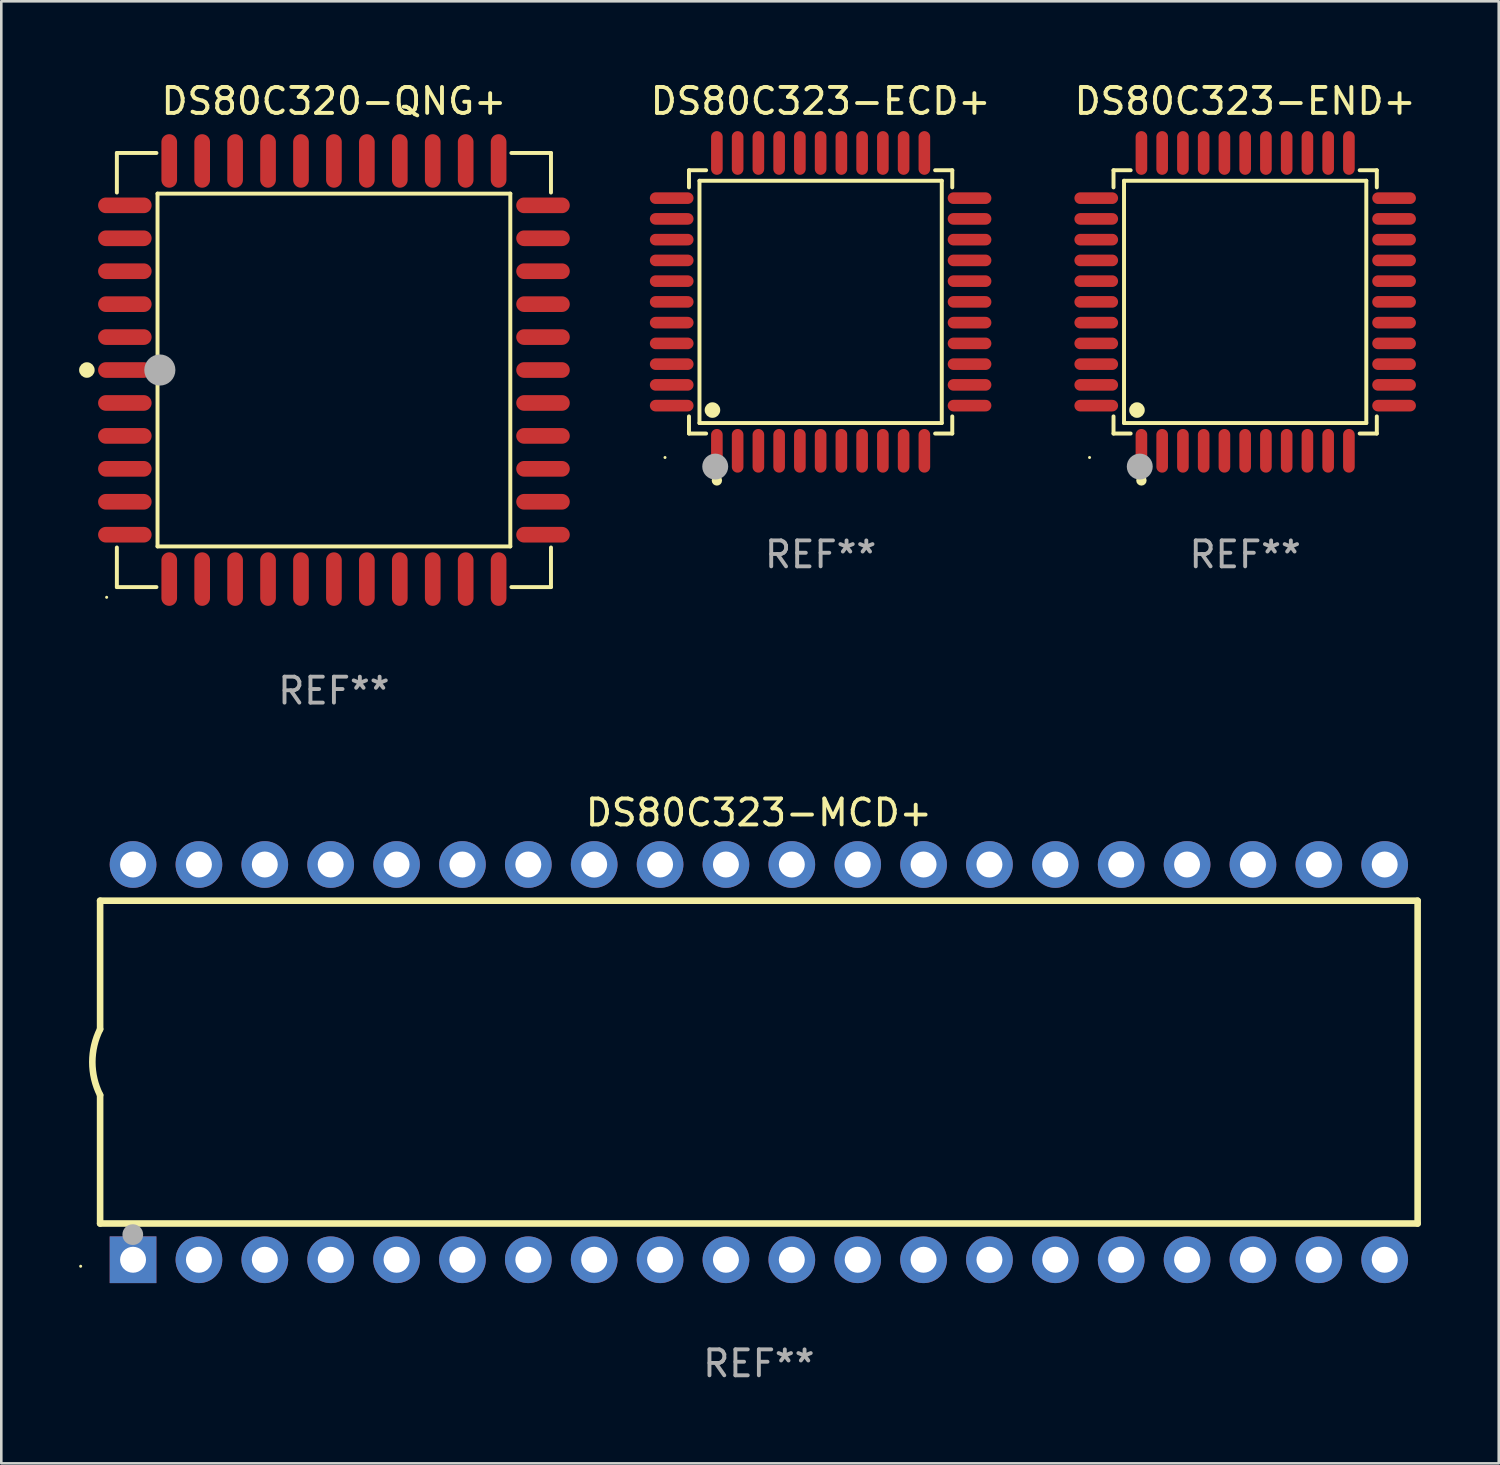
<source format=kicad_pcb>
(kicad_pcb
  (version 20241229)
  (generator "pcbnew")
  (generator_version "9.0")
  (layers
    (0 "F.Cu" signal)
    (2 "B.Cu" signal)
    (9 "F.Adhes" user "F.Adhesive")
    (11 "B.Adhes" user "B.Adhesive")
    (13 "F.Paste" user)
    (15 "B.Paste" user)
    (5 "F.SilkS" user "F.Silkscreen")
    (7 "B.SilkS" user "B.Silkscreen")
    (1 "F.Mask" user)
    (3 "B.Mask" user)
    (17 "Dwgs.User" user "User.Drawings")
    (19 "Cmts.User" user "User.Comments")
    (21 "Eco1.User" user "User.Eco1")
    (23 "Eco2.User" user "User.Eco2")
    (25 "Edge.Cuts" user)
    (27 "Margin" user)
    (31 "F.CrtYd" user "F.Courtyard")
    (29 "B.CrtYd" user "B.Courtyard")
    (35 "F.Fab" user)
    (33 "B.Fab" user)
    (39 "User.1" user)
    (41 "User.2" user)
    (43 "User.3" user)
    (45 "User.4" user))
  (footprint "DS80C323-ECD+"
    (layer "F.Cu")
    (at 28.591 8.59)
    (property "Reference" "DS80C323-ECD+" (at 0 -7.742 0) (layer "F.SilkS") (effects (font (size 1 1) (thickness 0.15))))
    (attr through_hole)
    (fp_line (start -5.076 -5.076) (end -4.415 -5.076) (stroke (width 0.152) (type solid)) (layer "F.SilkS"))
    (fp_line (start -5.076 -4.415) (end -5.076 -5.076) (stroke (width 0.152) (type solid)) (layer "F.SilkS"))
    (fp_line (start -5.076 4.415) (end -5.076 5.076) (stroke (width 0.152) (type solid)) (layer "F.SilkS"))
    (fp_line (start -5.076 5.076) (end -4.415 5.076) (stroke (width 0.152) (type solid)) (layer "F.SilkS"))
    (fp_line (start -4.671 -4.671) (end 4.671 -4.671) (stroke (width 0.152) (type solid)) (layer "F.SilkS"))
    (fp_line (start -4.671 4.671) (end -4.671 -4.671) (stroke (width 0.152) (type solid)) (layer "F.SilkS"))
    (fp_line (start 4.671 -4.671) (end 4.671 4.671) (stroke (width 0.152) (type solid)) (layer "F.SilkS"))
    (fp_line (start 4.671 4.671) (end -4.671 4.671) (stroke (width 0.152) (type solid)) (layer "F.SilkS"))
    (fp_line (start 5.076 -5.076) (end 4.415 -5.076) (stroke (width 0.152) (type solid)) (layer "F.SilkS"))
    (fp_line (start 5.076 -4.415) (end 5.076 -5.076) (stroke (width 0.152) (type solid)) (layer "F.SilkS"))
    (fp_line (start 5.076 4.415) (end 5.076 5.076) (stroke (width 0.152) (type solid)) (layer "F.SilkS"))
    (fp_line (start 5.076 5.076) (end 4.415 5.076) (stroke (width 0.152) (type solid)) (layer "F.SilkS"))
    (fp_circle (center -6 6) (end -5.97 6) (stroke (width 0.06) (type solid)) (fill no) (layer "F.SilkS"))
    (fp_circle (center -4.171 4.171) (end -4.021 4.171) (stroke (width 0.3) (type solid)) (fill no) (layer "F.SilkS"))
    (fp_circle (center -4 6.884) (end -3.9 6.884) (stroke (width 0.2) (type solid)) (fill no) (layer "F.SilkS"))
    (fp_circle (center -4.064 6.35) (end -3.814 6.35) (stroke (width 0.5) (type solid)) (fill no) (layer "F.Fab"))
    (fp_text user "REF**" (at 0 9.742 0) (layer "F.Fab") (effects (font (size 1 1) (thickness 0.15))))
    (pad "1" smd oval (at -4 5.742) (size 0.448 1.684) (layers "F.Cu" "F.Mask" "F.Paste"))
    (pad "2" smd oval (at -3.2 5.742) (size 0.448 1.684) (layers "F.Cu" "F.Mask" "F.Paste"))
    (pad "3" smd oval (at -2.4 5.742) (size 0.448 1.684) (layers "F.Cu" "F.Mask" "F.Paste"))
    (pad "4" smd oval (at -1.6 5.742) (size 0.448 1.684) (layers "F.Cu" "F.Mask" "F.Paste"))
    (pad "5" smd oval (at -0.8 5.742) (size 0.448 1.684) (layers "F.Cu" "F.Mask" "F.Paste"))
    (pad "6" smd oval (at 0 5.742) (size 0.448 1.684) (layers "F.Cu" "F.Mask" "F.Paste"))
    (pad "7" smd oval (at 0.8 5.742) (size 0.448 1.684) (layers "F.Cu" "F.Mask" "F.Paste"))
    (pad "8" smd oval (at 1.6 5.742) (size 0.448 1.684) (layers "F.Cu" "F.Mask" "F.Paste"))
    (pad "9" smd oval (at 2.4 5.742) (size 0.448 1.684) (layers "F.Cu" "F.Mask" "F.Paste"))
    (pad "10" smd oval (at 3.2 5.742) (size 0.448 1.684) (layers "F.Cu" "F.Mask" "F.Paste"))
    (pad "11" smd oval (at 4 5.742) (size 0.448 1.684) (layers "F.Cu" "F.Mask" "F.Paste"))
    (pad "12" smd oval (at 5.742 4) (size 1.684 0.448) (layers "F.Cu" "F.Mask" "F.Paste"))
    (pad "13" smd oval (at 5.742 3.2) (size 1.684 0.448) (layers "F.Cu" "F.Mask" "F.Paste"))
    (pad "14" smd oval (at 5.742 2.4) (size 1.684 0.448) (layers "F.Cu" "F.Mask" "F.Paste"))
    (pad "15" smd oval (at 5.742 1.6) (size 1.684 0.448) (layers "F.Cu" "F.Mask" "F.Paste"))
    (pad "16" smd oval (at 5.742 0.8) (size 1.684 0.448) (layers "F.Cu" "F.Mask" "F.Paste"))
    (pad "17" smd oval (at 5.742 0) (size 1.684 0.448) (layers "F.Cu" "F.Mask" "F.Paste"))
    (pad "18" smd oval (at 5.742 -0.8) (size 1.684 0.448) (layers "F.Cu" "F.Mask" "F.Paste"))
    (pad "19" smd oval (at 5.742 -1.6) (size 1.684 0.448) (layers "F.Cu" "F.Mask" "F.Paste"))
    (pad "20" smd oval (at 5.742 -2.4) (size 1.684 0.448) (layers "F.Cu" "F.Mask" "F.Paste"))
    (pad "21" smd oval (at 5.742 -3.2) (size 1.684 0.448) (layers "F.Cu" "F.Mask" "F.Paste"))
    (pad "22" smd oval (at 5.742 -4) (size 1.684 0.448) (layers "F.Cu" "F.Mask" "F.Paste"))
    (pad "23" smd oval (at 4 -5.742) (size 0.448 1.684) (layers "F.Cu" "F.Mask" "F.Paste"))
    (pad "24" smd oval (at 3.2 -5.742) (size 0.448 1.684) (layers "F.Cu" "F.Mask" "F.Paste"))
    (pad "25" smd oval (at 2.4 -5.742) (size 0.448 1.684) (layers "F.Cu" "F.Mask" "F.Paste"))
    (pad "26" smd oval (at 1.6 -5.742) (size 0.448 1.684) (layers "F.Cu" "F.Mask" "F.Paste"))
    (pad "27" smd oval (at 0.8 -5.742) (size 0.448 1.684) (layers "F.Cu" "F.Mask" "F.Paste"))
    (pad "28" smd oval (at 0 -5.742) (size 0.448 1.684) (layers "F.Cu" "F.Mask" "F.Paste"))
    (pad "29" smd oval (at -0.8 -5.742) (size 0.448 1.684) (layers "F.Cu" "F.Mask" "F.Paste"))
    (pad "30" smd oval (at -1.6 -5.742) (size 0.448 1.684) (layers "F.Cu" "F.Mask" "F.Paste"))
    (pad "31" smd oval (at -2.4 -5.742) (size 0.448 1.684) (layers "F.Cu" "F.Mask" "F.Paste"))
    (pad "32" smd oval (at -3.2 -5.742) (size 0.448 1.684) (layers "F.Cu" "F.Mask" "F.Paste"))
    (pad "33" smd oval (at -4 -5.742) (size 0.448 1.684) (layers "F.Cu" "F.Mask" "F.Paste"))
    (pad "34" smd oval (at -5.742 -4) (size 1.684 0.448) (layers "F.Cu" "F.Mask" "F.Paste"))
    (pad "35" smd oval (at -5.742 -3.2) (size 1.684 0.448) (layers "F.Cu" "F.Mask" "F.Paste"))
    (pad "36" smd oval (at -5.742 -2.4) (size 1.684 0.448) (layers "F.Cu" "F.Mask" "F.Paste"))
    (pad "37" smd oval (at -5.742 -1.6) (size 1.684 0.448) (layers "F.Cu" "F.Mask" "F.Paste"))
    (pad "38" smd oval (at -5.742 -0.8) (size 1.684 0.448) (layers "F.Cu" "F.Mask" "F.Paste"))
    (pad "39" smd oval (at -5.742 0) (size 1.684 0.448) (layers "F.Cu" "F.Mask" "F.Paste"))
    (pad "40" smd oval (at -5.742 0.8) (size 1.684 0.448) (layers "F.Cu" "F.Mask" "F.Paste"))
    (pad "41" smd oval (at -5.742 1.6) (size 1.684 0.448) (layers "F.Cu" "F.Mask" "F.Paste"))
    (pad "42" smd oval (at -5.742 2.4) (size 1.684 0.448) (layers "F.Cu" "F.Mask" "F.Paste"))
    (pad "43" smd oval (at -5.742 3.2) (size 1.684 0.448) (layers "F.Cu" "F.Mask" "F.Paste"))
    (pad "44" smd oval (at -5.742 4) (size 1.684 0.448) (layers "F.Cu" "F.Mask" "F.Paste")))
  (footprint "DS80C320-QNG+"
    (layer "F.Cu")
    (at 9.825 11.217)
    (property "Reference" "DS80C320-QNG+" (at 0 -10.369 0) (layer "F.SilkS") (effects (font (size 1 1) (thickness 0.15))))
    (attr through_hole)
    (fp_line (start -8.369 -8.369) (end -6.843 -8.369) (stroke (width 0.152) (type solid)) (layer "F.SilkS"))
    (fp_line (start -8.369 -6.843) (end -8.369 -8.369) (stroke (width 0.152) (type solid)) (layer "F.SilkS"))
    (fp_line (start -8.369 6.843) (end -8.369 8.369) (stroke (width 0.152) (type solid)) (layer "F.SilkS"))
    (fp_line (start -8.369 8.369) (end -6.843 8.369) (stroke (width 0.152) (type solid)) (layer "F.SilkS"))
    (fp_line (start -6.801 -6.801) (end 6.801 -6.801) (stroke (width 0.152) (type solid)) (layer "F.SilkS"))
    (fp_line (start -6.801 6.801) (end -6.801 -6.801) (stroke (width 0.152) (type solid)) (layer "F.SilkS"))
    (fp_line (start 6.801 -6.801) (end 6.801 6.801) (stroke (width 0.152) (type solid)) (layer "F.SilkS"))
    (fp_line (start 6.801 6.801) (end -6.801 6.801) (stroke (width 0.152) (type solid)) (layer "F.SilkS"))
    (fp_line (start 8.369 -8.369) (end 6.843 -8.369) (stroke (width 0.152) (type solid)) (layer "F.SilkS"))
    (fp_line (start 8.369 -6.843) (end 8.369 -8.369) (stroke (width 0.152) (type solid)) (layer "F.SilkS"))
    (fp_line (start 8.369 6.843) (end 8.369 8.369) (stroke (width 0.152) (type solid)) (layer "F.SilkS"))
    (fp_line (start 8.369 8.369) (end 6.843 8.369) (stroke (width 0.152) (type solid)) (layer "F.SilkS"))
    (fp_circle (center -9.525 -0.000127) (end -9.375 -0.000127) (stroke (width 0.3) (type solid)) (fill no) (layer "F.SilkS"))
    (fp_circle (center -8.763 8.763) (end -8.733 8.763) (stroke (width 0.06) (type solid)) (fill no) (layer "F.SilkS"))
    (fp_circle (center -6.712 -0.000127) (end -6.412 -0.000127) (stroke (width 0.6) (type solid)) (fill no) (layer "F.Fab"))
    (fp_text user "REF**" (at 0 12.369 0) (layer "F.Fab") (effects (font (size 1 1) (thickness 0.15))))
    (pad "1" smd oval (at -8.061 -0.000127 90) (size 0.604 2.064) (layers "F.Cu" "F.Mask" "F.Paste"))
    (pad "2" smd oval (at -8.061 1.27 90) (size 0.604 2.064) (layers "F.Cu" "F.Mask" "F.Paste"))
    (pad "3" smd oval (at -8.061 2.54 90) (size 0.604 2.064) (layers "F.Cu" "F.Mask" "F.Paste"))
    (pad "4" smd oval (at -8.061 3.81 90) (size 0.604 2.064) (layers "F.Cu" "F.Mask" "F.Paste"))
    (pad "5" smd oval (at -8.061 5.08 90) (size 0.604 2.064) (layers "F.Cu" "F.Mask" "F.Paste"))
    (pad "6" smd oval (at -8.061 6.35 90) (size 0.604 2.064) (layers "F.Cu" "F.Mask" "F.Paste"))
    (pad "7" smd oval (at -6.35 8.061 90) (size 2.064 0.604) (layers "F.Cu" "F.Mask" "F.Paste"))
    (pad "8" smd oval (at -5.08 8.061 90) (size 2.064 0.604) (layers "F.Cu" "F.Mask" "F.Paste"))
    (pad "9" smd oval (at -3.81 8.061 90) (size 2.064 0.604) (layers "F.Cu" "F.Mask" "F.Paste"))
    (pad "10" smd oval (at -2.54 8.061 90) (size 2.064 0.604) (layers "F.Cu" "F.Mask" "F.Paste"))
    (pad "11" smd oval (at -1.27 8.061 90) (size 2.064 0.604) (layers "F.Cu" "F.Mask" "F.Paste"))
    (pad "12" smd oval (at 0.000076 8.061 90) (size 2.064 0.604) (layers "F.Cu" "F.Mask" "F.Paste"))
    (pad "13" smd oval (at 1.27 8.061 90) (size 2.064 0.604) (layers "F.Cu" "F.Mask" "F.Paste"))
    (pad "14" smd oval (at 2.54 8.061 90) (size 2.064 0.604) (layers "F.Cu" "F.Mask" "F.Paste"))
    (pad "15" smd oval (at 3.81 8.061 90) (size 2.064 0.604) (layers "F.Cu" "F.Mask" "F.Paste"))
    (pad "16" smd oval (at 5.08 8.061 90) (size 2.064 0.604) (layers "F.Cu" "F.Mask" "F.Paste"))
    (pad "17" smd oval (at 6.35 8.061 90) (size 2.064 0.604) (layers "F.Cu" "F.Mask" "F.Paste"))
    (pad "18" smd oval (at 8.062 6.35 90) (size 0.604 2.064) (layers "F.Cu" "F.Mask" "F.Paste"))
    (pad "19" smd oval (at 8.062 5.08 90) (size 0.604 2.064) (layers "F.Cu" "F.Mask" "F.Paste"))
    (pad "20" smd oval (at 8.062 3.81 90) (size 0.604 2.064) (layers "F.Cu" "F.Mask" "F.Paste"))
    (pad "21" smd oval (at 8.062 2.54 90) (size 0.604 2.064) (layers "F.Cu" "F.Mask" "F.Paste"))
    (pad "22" smd oval (at 8.062 1.27 90) (size 0.604 2.064) (layers "F.Cu" "F.Mask" "F.Paste"))
    (pad "23" smd oval (at 8.062 -0.000127 90) (size 0.604 2.064) (layers "F.Cu" "F.Mask" "F.Paste"))
    (pad "24" smd oval (at 8.062 -1.27 90) (size 0.604 2.064) (layers "F.Cu" "F.Mask" "F.Paste"))
    (pad "25" smd oval (at 8.062 -2.54 90) (size 0.604 2.064) (layers "F.Cu" "F.Mask" "F.Paste"))
    (pad "26" smd oval (at 8.062 -3.81 90) (size 0.604 2.064) (layers "F.Cu" "F.Mask" "F.Paste"))
    (pad "27" smd oval (at 8.062 -5.08 90) (size 0.604 2.064) (layers "F.Cu" "F.Mask" "F.Paste"))
    (pad "28" smd oval (at 8.062 -6.35 90) (size 0.604 2.064) (layers "F.Cu" "F.Mask" "F.Paste"))
    (pad "29" smd oval (at 6.35 -8.061 90) (size 2.064 0.604) (layers "F.Cu" "F.Mask" "F.Paste"))
    (pad "30" smd oval (at 5.08 -8.061 90) (size 2.064 0.604) (layers "F.Cu" "F.Mask" "F.Paste"))
    (pad "31" smd oval (at 3.81 -8.061 90) (size 2.064 0.604) (layers "F.Cu" "F.Mask" "F.Paste"))
    (pad "32" smd oval (at 2.54 -8.061 90) (size 2.064 0.604) (layers "F.Cu" "F.Mask" "F.Paste"))
    (pad "33" smd oval (at 1.27 -8.061 90) (size 2.064 0.604) (layers "F.Cu" "F.Mask" "F.Paste"))
    (pad "34" smd oval (at 0.000076 -8.061 90) (size 2.064 0.604) (layers "F.Cu" "F.Mask" "F.Paste"))
    (pad "35" smd oval (at -1.27 -8.061 90) (size 2.064 0.604) (layers "F.Cu" "F.Mask" "F.Paste"))
    (pad "36" smd oval (at -2.54 -8.061 90) (size 2.064 0.604) (layers "F.Cu" "F.Mask" "F.Paste"))
    (pad "37" smd oval (at -3.81 -8.061 90) (size 2.064 0.604) (layers "F.Cu" "F.Mask" "F.Paste"))
    (pad "38" smd oval (at -5.08 -8.061 90) (size 2.064 0.604) (layers "F.Cu" "F.Mask" "F.Paste"))
    (pad "39" smd oval (at -6.35 -8.061 90) (size 2.064 0.604) (layers "F.Cu" "F.Mask" "F.Paste"))
    (pad "40" smd oval (at -8.061 -6.35 90) (size 0.604 2.064) (layers "F.Cu" "F.Mask" "F.Paste"))
    (pad "41" smd oval (at -8.061 -5.08 90) (size 0.604 2.064) (layers "F.Cu" "F.Mask" "F.Paste"))
    (pad "42" smd oval (at -8.061 -3.81 90) (size 0.604 2.064) (layers "F.Cu" "F.Mask" "F.Paste"))
    (pad "43" smd oval (at -8.061 -2.54 90) (size 0.604 2.064) (layers "F.Cu" "F.Mask" "F.Paste"))
    (pad "44" smd oval (at -8.061 -1.27 90) (size 0.604 2.064) (layers "F.Cu" "F.Mask" "F.Paste")))
  (footprint "DS80C323-MCD+"
    (layer "F.Cu")
    (at 26.21 37.903)
    (property "Reference" "DS80C323-MCD+" (at 0 -9.62 0) (layer "F.SilkS") (effects (font (size 1 1) (thickness 0.15))))
    (attr through_hole)
    (fp_line (start -25.4 -6.224) (end -25.4 -1.271) (stroke (width 0.254) (type solid)) (layer "F.SilkS"))
    (fp_line (start -25.4 -6.224) (end 25.4 -6.224) (stroke (width 0.254) (type solid)) (layer "F.SilkS"))
    (fp_line (start -25.4 1.269) (end -25.4 6.222) (stroke (width 0.254) (type solid)) (layer "F.SilkS"))
    (fp_line (start -25.4 6.222) (end 25.4 6.222) (stroke (width 0.254) (type solid)) (layer "F.SilkS"))
    (fp_line (start 25.4 6.222) (end 25.4 -6.224) (stroke (width 0.254) (type solid)) (layer "F.SilkS"))
    (fp_arc (start -25.4 1.269241) (mid -25.699807 -0.000762) (end -25.4 -1.270765) (stroke (width 0.254001) (type solid)) (layer "F.SilkS"))
    (fp_circle (center -26.15 7.87) (end -26.12 7.87) (stroke (width 0.06) (type solid)) (fill no) (layer "F.SilkS"))
    (fp_circle (center -24.14 6.65) (end -23.94 6.65) (stroke (width 0.4) (type solid)) (fill no) (layer "F.Fab"))
    (fp_text user "REF**" (at 0 11.62 0) (layer "F.Fab") (effects (font (size 1 1) (thickness 0.15))))
    (pad "1" thru_hole rect (at -24.13 7.62 90) (size 1.8 1.8) (drill 1) (layers "*.Cu" "*.Mask"))
    (pad "2" thru_hole circle (at -21.59 7.62) (size 1.8 1.8) (drill 1) (layers "*.Cu" "*.Mask"))
    (pad "3" thru_hole circle (at -19.05 7.62) (size 1.8 1.8) (drill 1) (layers "*.Cu" "*.Mask"))
    (pad "4" thru_hole circle (at -16.51 7.62) (size 1.8 1.8) (drill 1) (layers "*.Cu" "*.Mask"))
    (pad "5" thru_hole circle (at -13.97 7.62) (size 1.8 1.8) (drill 1) (layers "*.Cu" "*.Mask"))
    (pad "6" thru_hole circle (at -11.43 7.62) (size 1.8 1.8) (drill 1) (layers "*.Cu" "*.Mask"))
    (pad "7" thru_hole circle (at -8.89 7.62) (size 1.8 1.8) (drill 1) (layers "*.Cu" "*.Mask"))
    (pad "8" thru_hole circle (at -6.35 7.62) (size 1.8 1.8) (drill 1) (layers "*.Cu" "*.Mask"))
    (pad "9" thru_hole circle (at -3.81 7.62) (size 1.8 1.8) (drill 1) (layers "*.Cu" "*.Mask"))
    (pad "10" thru_hole circle (at -1.27 7.62) (size 1.8 1.8) (drill 1) (layers "*.Cu" "*.Mask"))
    (pad "11" thru_hole circle (at 1.27 7.62) (size 1.8 1.8) (drill 1) (layers "*.Cu" "*.Mask"))
    (pad "12" thru_hole circle (at 3.81 7.62) (size 1.8 1.8) (drill 1) (layers "*.Cu" "*.Mask"))
    (pad "13" thru_hole circle (at 6.35 7.62) (size 1.8 1.8) (drill 1) (layers "*.Cu" "*.Mask"))
    (pad "14" thru_hole circle (at 8.89 7.62) (size 1.8 1.8) (drill 1) (layers "*.Cu" "*.Mask"))
    (pad "15" thru_hole circle (at 11.43 7.62) (size 1.8 1.8) (drill 1) (layers "*.Cu" "*.Mask"))
    (pad "16" thru_hole circle (at 13.97 7.62) (size 1.8 1.8) (drill 1) (layers "*.Cu" "*.Mask"))
    (pad "17" thru_hole circle (at 16.51 7.62) (size 1.8 1.8) (drill 1) (layers "*.Cu" "*.Mask"))
    (pad "18" thru_hole circle (at 19.05 7.62) (size 1.8 1.8) (drill 1) (layers "*.Cu" "*.Mask"))
    (pad "19" thru_hole circle (at 21.59 7.62) (size 1.8 1.8) (drill 1) (layers "*.Cu" "*.Mask"))
    (pad "20" thru_hole circle (at 24.13 7.62) (size 1.8 1.8) (drill 1) (layers "*.Cu" "*.Mask"))
    (pad "21" thru_hole circle (at 24.13 -7.62) (size 1.8 1.8) (drill 1) (layers "*.Cu" "*.Mask"))
    (pad "22" thru_hole circle (at 21.59 -7.62) (size 1.8 1.8) (drill 1) (layers "*.Cu" "*.Mask"))
    (pad "23" thru_hole circle (at 19.05 -7.62) (size 1.8 1.8) (drill 1) (layers "*.Cu" "*.Mask"))
    (pad "24" thru_hole circle (at 16.51 -7.62) (size 1.8 1.8) (drill 1) (layers "*.Cu" "*.Mask"))
    (pad "25" thru_hole circle (at 13.97 -7.62) (size 1.8 1.8) (drill 1) (layers "*.Cu" "*.Mask"))
    (pad "26" thru_hole circle (at 11.43 -7.62) (size 1.8 1.8) (drill 1) (layers "*.Cu" "*.Mask"))
    (pad "27" thru_hole circle (at 8.89 -7.62) (size 1.8 1.8) (drill 1) (layers "*.Cu" "*.Mask"))
    (pad "28" thru_hole circle (at 6.35 -7.62) (size 1.8 1.8) (drill 1) (layers "*.Cu" "*.Mask"))
    (pad "29" thru_hole circle (at 3.81 -7.62) (size 1.8 1.8) (drill 1) (layers "*.Cu" "*.Mask"))
    (pad "30" thru_hole circle (at 1.27 -7.62) (size 1.8 1.8) (drill 1) (layers "*.Cu" "*.Mask"))
    (pad "31" thru_hole circle (at -1.27 -7.62) (size 1.8 1.8) (drill 1) (layers "*.Cu" "*.Mask"))
    (pad "32" thru_hole circle (at -3.81 -7.62) (size 1.8 1.8) (drill 1) (layers "*.Cu" "*.Mask"))
    (pad "33" thru_hole circle (at -6.35 -7.62) (size 1.8 1.8) (drill 1) (layers "*.Cu" "*.Mask"))
    (pad "34" thru_hole circle (at -8.89 -7.62) (size 1.8 1.8) (drill 1) (layers "*.Cu" "*.Mask"))
    (pad "35" thru_hole circle (at -11.43 -7.62) (size 1.8 1.8) (drill 1) (layers "*.Cu" "*.Mask"))
    (pad "36" thru_hole circle (at -13.97 -7.62) (size 1.8 1.8) (drill 1) (layers "*.Cu" "*.Mask"))
    (pad "37" thru_hole circle (at -16.51 -7.62) (size 1.8 1.8) (drill 1) (layers "*.Cu" "*.Mask"))
    (pad "38" thru_hole circle (at -19.05 -7.62) (size 1.8 1.8) (drill 1) (layers "*.Cu" "*.Mask"))
    (pad "39" thru_hole circle (at -21.59 -7.62) (size 1.8 1.8) (drill 1) (layers "*.Cu" "*.Mask"))
    (pad "40" thru_hole circle (at -24.13 -7.62) (size 1.8 1.8) (drill 1) (layers "*.Cu" "*.Mask")))
  (footprint "DS80C323-END+"
    (layer "F.Cu")
    (at 44.96 8.59)
    (property "Reference" "DS80C323-END+" (at 0 -7.742 0) (layer "F.SilkS") (effects (font (size 1 1) (thickness 0.15))))
    (attr through_hole)
    (fp_line (start -5.076 -5.076) (end -4.415 -5.076) (stroke (width 0.152) (type solid)) (layer "F.SilkS"))
    (fp_line (start -5.076 -4.415) (end -5.076 -5.076) (stroke (width 0.152) (type solid)) (layer "F.SilkS"))
    (fp_line (start -5.076 4.415) (end -5.076 5.076) (stroke (width 0.152) (type solid)) (layer "F.SilkS"))
    (fp_line (start -5.076 5.076) (end -4.415 5.076) (stroke (width 0.152) (type solid)) (layer "F.SilkS"))
    (fp_line (start -4.671 -4.671) (end 4.671 -4.671) (stroke (width 0.152) (type solid)) (layer "F.SilkS"))
    (fp_line (start -4.671 4.671) (end -4.671 -4.671) (stroke (width 0.152) (type solid)) (layer "F.SilkS"))
    (fp_line (start 4.671 -4.671) (end 4.671 4.671) (stroke (width 0.152) (type solid)) (layer "F.SilkS"))
    (fp_line (start 4.671 4.671) (end -4.671 4.671) (stroke (width 0.152) (type solid)) (layer "F.SilkS"))
    (fp_line (start 5.076 -5.076) (end 4.415 -5.076) (stroke (width 0.152) (type solid)) (layer "F.SilkS"))
    (fp_line (start 5.076 -4.415) (end 5.076 -5.076) (stroke (width 0.152) (type solid)) (layer "F.SilkS"))
    (fp_line (start 5.076 4.415) (end 5.076 5.076) (stroke (width 0.152) (type solid)) (layer "F.SilkS"))
    (fp_line (start 5.076 5.076) (end 4.415 5.076) (stroke (width 0.152) (type solid)) (layer "F.SilkS"))
    (fp_circle (center -6 6) (end -5.97 6) (stroke (width 0.06) (type solid)) (fill no) (layer "F.SilkS"))
    (fp_circle (center -4.171 4.171) (end -4.021 4.171) (stroke (width 0.3) (type solid)) (fill no) (layer "F.SilkS"))
    (fp_circle (center -4 6.884) (end -3.9 6.884) (stroke (width 0.2) (type solid)) (fill no) (layer "F.SilkS"))
    (fp_circle (center -4.064 6.35) (end -3.814 6.35) (stroke (width 0.5) (type solid)) (fill no) (layer "F.Fab"))
    (fp_text user "REF**" (at 0 9.742 0) (layer "F.Fab") (effects (font (size 1 1) (thickness 0.15))))
    (pad "1" smd oval (at -4 5.742) (size 0.448 1.684) (layers "F.Cu" "F.Mask" "F.Paste"))
    (pad "2" smd oval (at -3.2 5.742) (size 0.448 1.684) (layers "F.Cu" "F.Mask" "F.Paste"))
    (pad "3" smd oval (at -2.4 5.742) (size 0.448 1.684) (layers "F.Cu" "F.Mask" "F.Paste"))
    (pad "4" smd oval (at -1.6 5.742) (size 0.448 1.684) (layers "F.Cu" "F.Mask" "F.Paste"))
    (pad "5" smd oval (at -0.8 5.742) (size 0.448 1.684) (layers "F.Cu" "F.Mask" "F.Paste"))
    (pad "6" smd oval (at 0 5.742) (size 0.448 1.684) (layers "F.Cu" "F.Mask" "F.Paste"))
    (pad "7" smd oval (at 0.8 5.742) (size 0.448 1.684) (layers "F.Cu" "F.Mask" "F.Paste"))
    (pad "8" smd oval (at 1.6 5.742) (size 0.448 1.684) (layers "F.Cu" "F.Mask" "F.Paste"))
    (pad "9" smd oval (at 2.4 5.742) (size 0.448 1.684) (layers "F.Cu" "F.Mask" "F.Paste"))
    (pad "10" smd oval (at 3.2 5.742) (size 0.448 1.684) (layers "F.Cu" "F.Mask" "F.Paste"))
    (pad "11" smd oval (at 4 5.742) (size 0.448 1.684) (layers "F.Cu" "F.Mask" "F.Paste"))
    (pad "12" smd oval (at 5.742 4) (size 1.684 0.448) (layers "F.Cu" "F.Mask" "F.Paste"))
    (pad "13" smd oval (at 5.742 3.2) (size 1.684 0.448) (layers "F.Cu" "F.Mask" "F.Paste"))
    (pad "14" smd oval (at 5.742 2.4) (size 1.684 0.448) (layers "F.Cu" "F.Mask" "F.Paste"))
    (pad "15" smd oval (at 5.742 1.6) (size 1.684 0.448) (layers "F.Cu" "F.Mask" "F.Paste"))
    (pad "16" smd oval (at 5.742 0.8) (size 1.684 0.448) (layers "F.Cu" "F.Mask" "F.Paste"))
    (pad "17" smd oval (at 5.742 0) (size 1.684 0.448) (layers "F.Cu" "F.Mask" "F.Paste"))
    (pad "18" smd oval (at 5.742 -0.8) (size 1.684 0.448) (layers "F.Cu" "F.Mask" "F.Paste"))
    (pad "19" smd oval (at 5.742 -1.6) (size 1.684 0.448) (layers "F.Cu" "F.Mask" "F.Paste"))
    (pad "20" smd oval (at 5.742 -2.4) (size 1.684 0.448) (layers "F.Cu" "F.Mask" "F.Paste"))
    (pad "21" smd oval (at 5.742 -3.2) (size 1.684 0.448) (layers "F.Cu" "F.Mask" "F.Paste"))
    (pad "22" smd oval (at 5.742 -4) (size 1.684 0.448) (layers "F.Cu" "F.Mask" "F.Paste"))
    (pad "23" smd oval (at 4 -5.742) (size 0.448 1.684) (layers "F.Cu" "F.Mask" "F.Paste"))
    (pad "24" smd oval (at 3.2 -5.742) (size 0.448 1.684) (layers "F.Cu" "F.Mask" "F.Paste"))
    (pad "25" smd oval (at 2.4 -5.742) (size 0.448 1.684) (layers "F.Cu" "F.Mask" "F.Paste"))
    (pad "26" smd oval (at 1.6 -5.742) (size 0.448 1.684) (layers "F.Cu" "F.Mask" "F.Paste"))
    (pad "27" smd oval (at 0.8 -5.742) (size 0.448 1.684) (layers "F.Cu" "F.Mask" "F.Paste"))
    (pad "28" smd oval (at 0 -5.742) (size 0.448 1.684) (layers "F.Cu" "F.Mask" "F.Paste"))
    (pad "29" smd oval (at -0.8 -5.742) (size 0.448 1.684) (layers "F.Cu" "F.Mask" "F.Paste"))
    (pad "30" smd oval (at -1.6 -5.742) (size 0.448 1.684) (layers "F.Cu" "F.Mask" "F.Paste"))
    (pad "31" smd oval (at -2.4 -5.742) (size 0.448 1.684) (layers "F.Cu" "F.Mask" "F.Paste"))
    (pad "32" smd oval (at -3.2 -5.742) (size 0.448 1.684) (layers "F.Cu" "F.Mask" "F.Paste"))
    (pad "33" smd oval (at -4 -5.742) (size 0.448 1.684) (layers "F.Cu" "F.Mask" "F.Paste"))
    (pad "34" smd oval (at -5.742 -4) (size 1.684 0.448) (layers "F.Cu" "F.Mask" "F.Paste"))
    (pad "35" smd oval (at -5.742 -3.2) (size 1.684 0.448) (layers "F.Cu" "F.Mask" "F.Paste"))
    (pad "36" smd oval (at -5.742 -2.4) (size 1.684 0.448) (layers "F.Cu" "F.Mask" "F.Paste"))
    (pad "37" smd oval (at -5.742 -1.6) (size 1.684 0.448) (layers "F.Cu" "F.Mask" "F.Paste"))
    (pad "38" smd oval (at -5.742 -0.8) (size 1.684 0.448) (layers "F.Cu" "F.Mask" "F.Paste"))
    (pad "39" smd oval (at -5.742 0) (size 1.684 0.448) (layers "F.Cu" "F.Mask" "F.Paste"))
    (pad "40" smd oval (at -5.742 0.8) (size 1.684 0.448) (layers "F.Cu" "F.Mask" "F.Paste"))
    (pad "41" smd oval (at -5.742 1.6) (size 1.684 0.448) (layers "F.Cu" "F.Mask" "F.Paste"))
    (pad "42" smd oval (at -5.742 2.4) (size 1.684 0.448) (layers "F.Cu" "F.Mask" "F.Paste"))
    (pad "43" smd oval (at -5.742 3.2) (size 1.684 0.448) (layers "F.Cu" "F.Mask" "F.Paste"))
    (pad "44" smd oval (at -5.742 4) (size 1.684 0.448) (layers "F.Cu" "F.Mask" "F.Paste")))
  (gr_rect
    (start -3 -3)
    (end 54.737 53.372)
    (stroke (width 0.1) (type default))
    (fill no)
    (layer "Edge.Cuts")))
</source>
